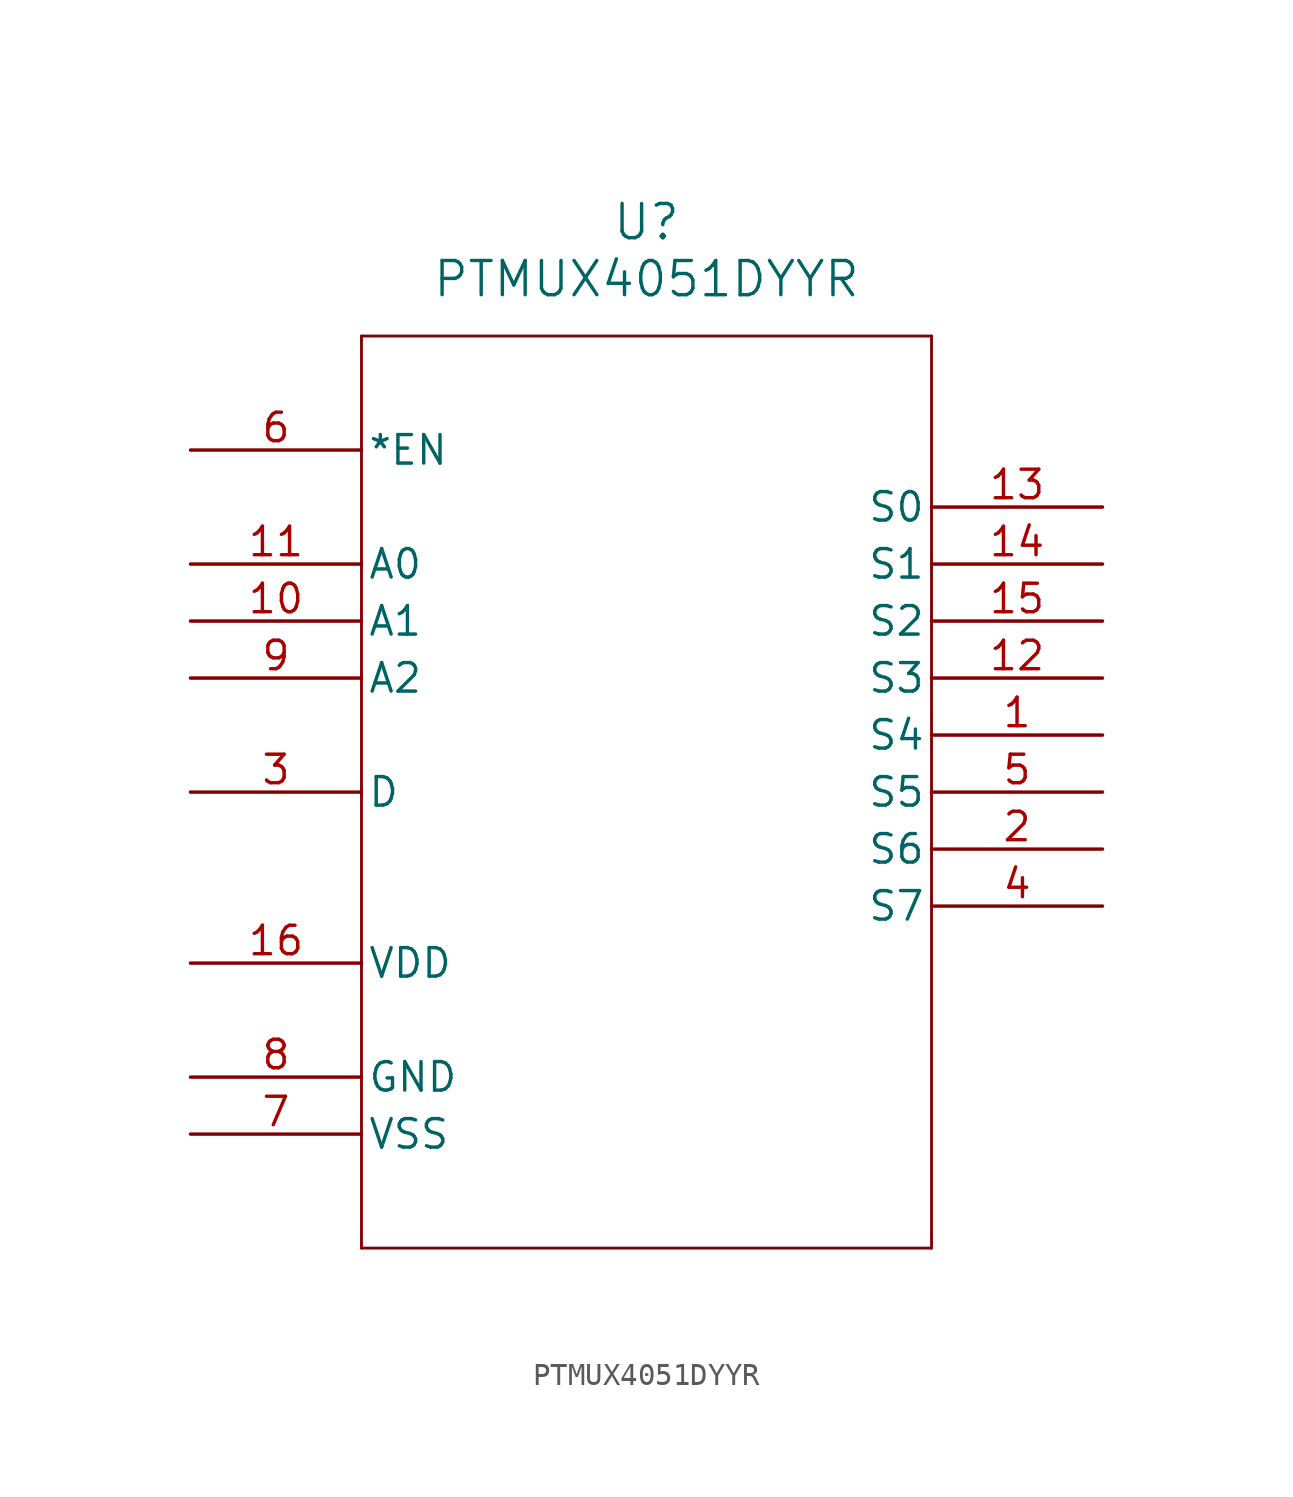
<source format=kicad_sym>
(kicad_symbol_lib
  (version 20211014)
  (generator kicad_symbol_editor)
  (symbol "PTMUX4051DYYR"
    (pin_names
      (offset 0.254))
    (property "Reference" "U"
      (at 20.32 10.16 0)
      (effects (font (size 1.524 1.524))))
    (property "Value" "PTMUX4051DYYR"
      (at 20.32 7.62 0)
      (effects (font (size 1.524 1.524))))
    (symbol "PTMUX4051DYYR_0_1"
      (polyline (pts (xy 7.62 5.08) (xy 7.62 -35.56)) (stroke (width 0.127) (type default) (color 0 0 0 0)) (fill (type none)))
      (polyline (pts (xy 7.62 -35.56) (xy 33.02 -35.56)) (stroke (width 0.127) (type default) (color 0 0 0 0)) (fill (type none)))
      (polyline (pts (xy 33.02 -35.56) (xy 33.02 5.08)) (stroke (width 0.127) (type default) (color 0 0 0 0)) (fill (type none)))
      (polyline (pts (xy 33.02 5.08) (xy 7.62 5.08)) (stroke (width 0.127) (type default) (color 0 0 0 0)) (fill (type none)))
      (pin bidirectional line (at 40.64 -12.7 180) (length 7.62) (name "S4" (effects (font (size 1.27 1.27)))) (number "1" (effects (font (size 1.27 1.27)))))
      (pin bidirectional line (at 40.64 -17.78 180) (length 7.62) (name "S6" (effects (font (size 1.27 1.27)))) (number "2" (effects (font (size 1.27 1.27)))))
      (pin unspecified line (at 0 -15.24 0) (length 7.62) (name "D" (effects (font (size 1.27 1.27)))) (number "3" (effects (font (size 1.27 1.27)))))
      (pin bidirectional line (at 40.64 -20.32 180) (length 7.62) (name "S7" (effects (font (size 1.27 1.27)))) (number "4" (effects (font (size 1.27 1.27)))))
      (pin bidirectional line (at 40.64 -15.24 180) (length 7.62) (name "S5" (effects (font (size 1.27 1.27)))) (number "5" (effects (font (size 1.27 1.27)))))
      (pin input line (at 0 0 0) (length 7.62) (name "*EN" (effects (font (size 1.27 1.27)))) (number "6" (effects (font (size 1.27 1.27)))))
      (pin power_in line (at 0 -30.48 0) (length 7.62) (name "VSS" (effects (font (size 1.27 1.27)))) (number "7" (effects (font (size 1.27 1.27)))))
      (pin power_out line (at 0 -27.94 0) (length 7.62) (name "GND" (effects (font (size 1.27 1.27)))) (number "8" (effects (font (size 1.27 1.27)))))
      (pin input line (at 0 -10.16 0) (length 7.62) (name "A2" (effects (font (size 1.27 1.27)))) (number "9" (effects (font (size 1.27 1.27)))))
      (pin input line (at 0 -7.62 0) (length 7.62) (name "A1" (effects (font (size 1.27 1.27)))) (number "10" (effects (font (size 1.27 1.27)))))
      (pin input line (at 0 -5.08 0) (length 7.62) (name "A0" (effects (font (size 1.27 1.27)))) (number "11" (effects (font (size 1.27 1.27)))))
      (pin bidirectional line (at 40.64 -10.16 180) (length 7.62) (name "S3" (effects (font (size 1.27 1.27)))) (number "12" (effects (font (size 1.27 1.27)))))
      (pin bidirectional line (at 40.64 -2.54 180) (length 7.62) (name "S0" (effects (font (size 1.27 1.27)))) (number "13" (effects (font (size 1.27 1.27)))))
      (pin bidirectional line (at 40.64 -5.08 180) (length 7.62) (name "S1" (effects (font (size 1.27 1.27)))) (number "14" (effects (font (size 1.27 1.27)))))
      (pin bidirectional line (at 40.64 -7.62 180) (length 7.62) (name "S2" (effects (font (size 1.27 1.27)))) (number "15" (effects (font (size 1.27 1.27)))))
      (pin power_in line (at 0 -22.86 0) (length 7.62) (name "VDD" (effects (font (size 1.27 1.27)))) (number "16" (effects (font (size 1.27 1.27))))))))
</source>
